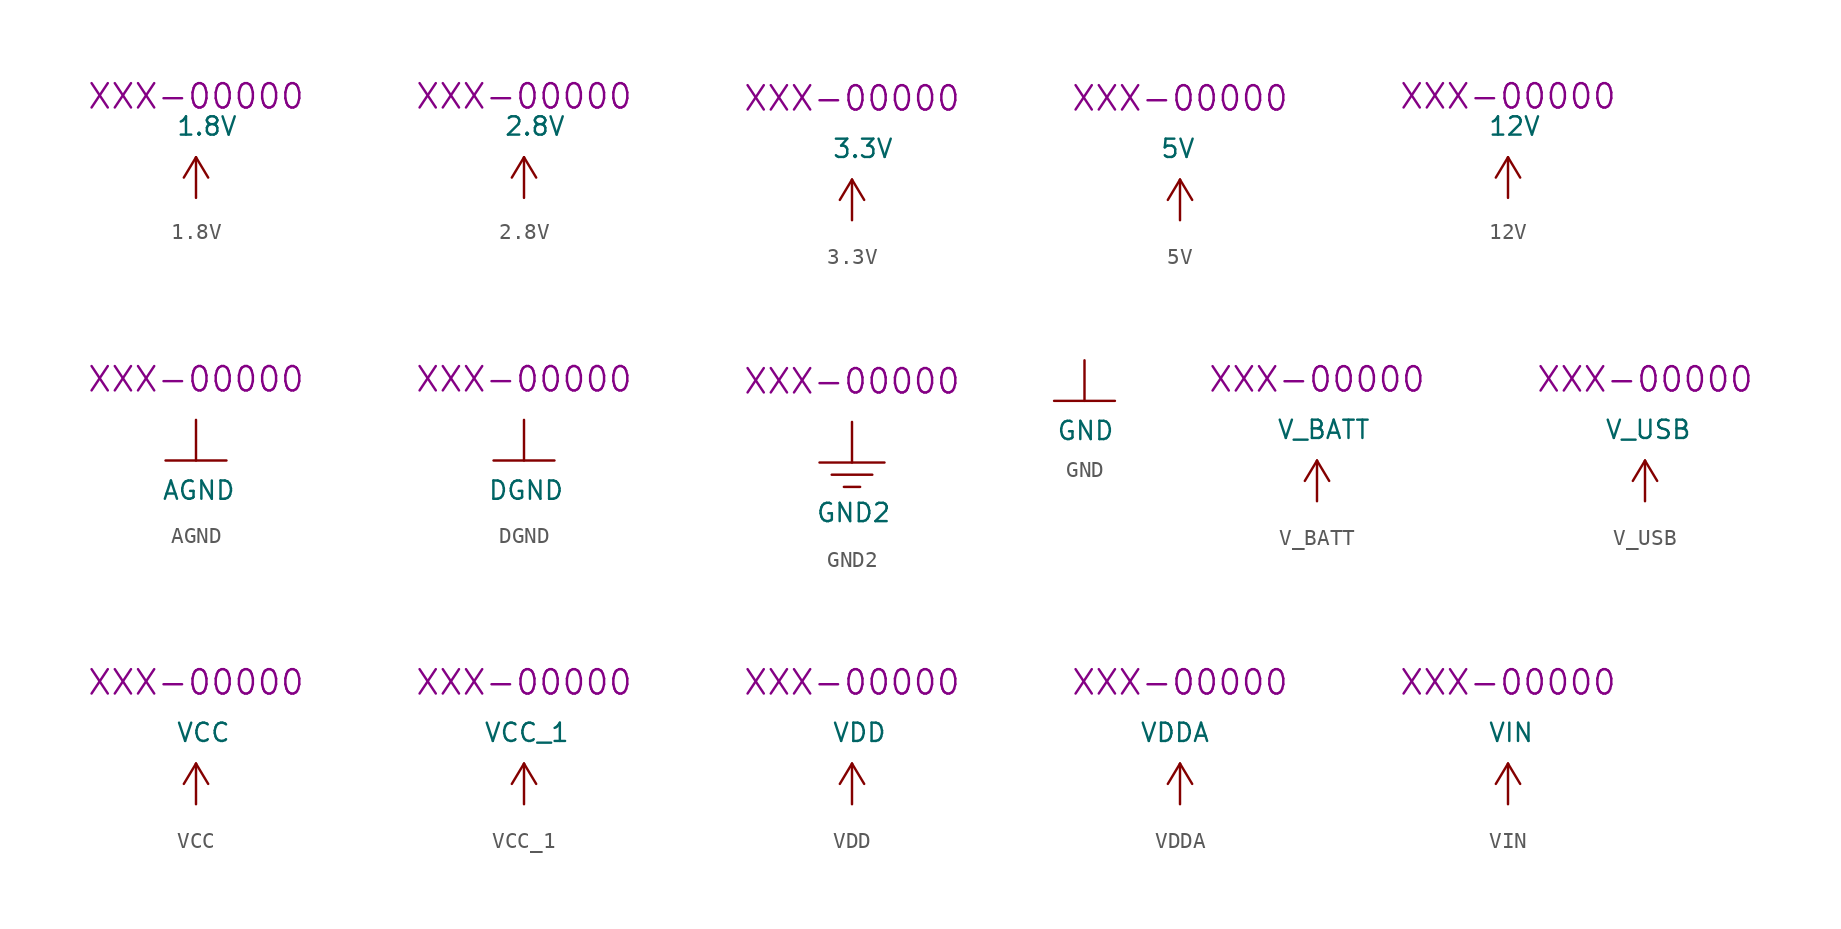
<source format=kicad_sym>
(kicad_symbol_lib
  (version 20220914)
  (generator kicad_symbol_editor)
  (symbol "1.8V"
    (power)
    (pin_numbers hide)
    (pin_names
      (offset 1.016) hide)
    (property "Reference" "#SUPPLY"
      (at 1.27 0 0)
      (effects (font (size 1.143 1.143)) (justify left bottom) hide))
    (property "Value" "1.8V"
      (at -1.27 3.81 0)
      (effects (font (size 1.143 1.143)) (justify left bottom)))
    (property "Footprint" "XXX-00000"
      (at 0 6.35 0)
      (effects (font (size 1.524 1.524))))
    (property "ki_locked" ""
      (at 0 0 0)
      (effects (font (size 1.27 1.27))))
    (symbol "1.8V_1_0"
      (polyline (pts (xy 0 0) (xy 0 2.54)) (stroke (width 0) (type solid)) (fill (type none)))
      (polyline (pts (xy 0 2.54) (xy -0.762 1.27)) (stroke (width 0) (type solid)) (fill (type none)))
      (polyline (pts (xy 0.762 1.27) (xy 0 2.54)) (stroke (width 0) (type solid)) (fill (type none))))
    (symbol "1.8V_1_1"
      (pin power_in line (at 0 0 90) (length 0) hide (name "1.8V" (effects (font (size 1.016 1.016)))) (number "~" (effects (font (size 1.016 1.016)))))))
  (symbol "2.8V"
    (power)
    (pin_numbers hide)
    (pin_names
      (offset 1.016) hide)
    (property "Reference" "#SUPPLY"
      (at 1.27 0 0)
      (effects (font (size 1.143 1.143)) (justify left bottom) hide))
    (property "Value" "2.8V"
      (at -1.27 3.81 0)
      (effects (font (size 1.143 1.143)) (justify left bottom)))
    (property "Footprint" "XXX-00000"
      (at 0 6.35 0)
      (effects (font (size 1.524 1.524))))
    (property "ki_locked" ""
      (at 0 0 0)
      (effects (font (size 1.27 1.27))))
    (symbol "2.8V_1_0"
      (polyline (pts (xy 0 0) (xy 0 2.54)) (stroke (width 0) (type solid)) (fill (type none)))
      (polyline (pts (xy 0 2.54) (xy -0.762 1.27)) (stroke (width 0) (type solid)) (fill (type none)))
      (polyline (pts (xy 0.762 1.27) (xy 0 2.54)) (stroke (width 0) (type solid)) (fill (type none))))
    (symbol "2.8V_1_1"
      (pin power_in line (at 0 0 90) (length 0) hide (name "2.8V" (effects (font (size 1.016 1.016)))) (number "~" (effects (font (size 1.016 1.016)))))))
  (symbol "3.3V"
    (power)
    (pin_numbers hide)
    (pin_names
      (offset 1.016) hide)
    (property "Reference" "#SUPPLY"
      (at 1.27 0 0)
      (effects (font (size 1.143 1.143)) (justify left bottom) hide))
    (property "Value" "3.3V"
      (at -1.27 3.81 0)
      (effects (font (size 1.143 1.143)) (justify left bottom)))
    (property "Footprint" "XXX-00000"
      (at 0 7.62 0)
      (effects (font (size 1.524 1.524))))
    (property "ki_locked" ""
      (at 0 0 0)
      (effects (font (size 1.27 1.27))))
    (symbol "3.3V_1_0"
      (polyline (pts (xy 0 0) (xy 0 2.54)) (stroke (width 0) (type solid)) (fill (type none)))
      (polyline (pts (xy 0 2.54) (xy -0.762 1.27)) (stroke (width 0) (type solid)) (fill (type none)))
      (polyline (pts (xy 0.762 1.27) (xy 0 2.54)) (stroke (width 0) (type solid)) (fill (type none))))
    (symbol "3.3V_1_1"
      (pin power_in line (at 0 0 90) (length 0) hide (name "3.3V" (effects (font (size 1.016 1.016)))) (number "~" (effects (font (size 1.016 1.016)))))))
  (symbol "5V"
    (power)
    (pin_numbers hide)
    (pin_names
      (offset 1.016) hide)
    (property "Reference" "#SUPPLY"
      (at 1.27 0 0)
      (effects (font (size 1.143 1.143)) (justify left bottom) hide))
    (property "Value" "5V"
      (at -1.27 3.81 0)
      (effects (font (size 1.143 1.143)) (justify left bottom)))
    (property "Footprint" "XXX-00000"
      (at 0 7.62 0)
      (effects (font (size 1.524 1.524))))
    (property "ki_locked" ""
      (at 0 0 0)
      (effects (font (size 1.27 1.27))))
    (symbol "5V_1_0"
      (polyline (pts (xy 0 0) (xy 0 2.54)) (stroke (width 0) (type solid)) (fill (type none)))
      (polyline (pts (xy 0 2.54) (xy -0.762 1.27)) (stroke (width 0) (type solid)) (fill (type none)))
      (polyline (pts (xy 0.762 1.27) (xy 0 2.54)) (stroke (width 0) (type solid)) (fill (type none))))
    (symbol "5V_1_1"
      (pin power_in line (at 0 0 90) (length 0) hide (name "5V" (effects (font (size 1.016 1.016)))) (number "~" (effects (font (size 1.016 1.016)))))))
  (symbol "12V"
    (power)
    (pin_numbers hide)
    (pin_names
      (offset 1.016) hide)
    (property "Reference" "#SUPPLY"
      (at 1.27 0 0)
      (effects (font (size 1.143 1.143)) (justify left bottom) hide))
    (property "Value" "12V"
      (at -1.27 3.81 0)
      (effects (font (size 1.143 1.143)) (justify left bottom)))
    (property "Footprint" "XXX-00000"
      (at 0 6.35 0)
      (effects (font (size 1.524 1.524))))
    (property "ki_locked" ""
      (at 0 0 0)
      (effects (font (size 1.27 1.27))))
    (symbol "12V_1_0"
      (polyline (pts (xy 0 0) (xy 0 2.54)) (stroke (width 0) (type solid)) (fill (type none)))
      (polyline (pts (xy 0 2.54) (xy -0.762 1.27)) (stroke (width 0) (type solid)) (fill (type none)))
      (polyline (pts (xy 0.762 1.27) (xy 0 2.54)) (stroke (width 0) (type solid)) (fill (type none))))
    (symbol "12V_1_1"
      (pin power_in line (at 0 0 90) (length 0) hide (name "12V" (effects (font (size 1.016 1.016)))) (number "~" (effects (font (size 1.016 1.016)))))))
  (symbol "AGND"
    (power)
    (pin_numbers hide)
    (pin_names
      (offset 1.016) hide)
    (property "Reference" "#M"
      (at 1.27 -1.27 0)
      (effects (font (size 1.143 1.143)) (justify left bottom) hide))
    (property "Value" "AGND"
      (at -2.159 -5.08 0)
      (effects (font (size 1.143 1.143)) (justify left bottom)))
    (property "Footprint" "XXX-00000"
      (at 0 2.54 0)
      (effects (font (size 1.524 1.524))))
    (property "ki_locked" ""
      (at 0 0 0)
      (effects (font (size 1.27 1.27))))
    (symbol "AGND_1_0"
      (polyline (pts (xy -1.905 -2.54) (xy 1.905 -2.54)) (stroke (width 0) (type solid)) (fill (type none)))
      (polyline (pts (xy 0 0) (xy 0 -2.54)) (stroke (width 0) (type solid)) (fill (type none))))
    (symbol "AGND_1_1"
      (pin power_in line (at 0 0 270) (length 0) hide (name "AGND" (effects (font (size 1.016 1.016)))) (number "~" (effects (font (size 1.016 1.016)))))))
  (symbol "DGND"
    (power)
    (pin_numbers hide)
    (pin_names
      (offset 1.016) hide)
    (property "Reference" "#GND"
      (at 1.27 -1.27 0)
      (effects (font (size 1.143 1.143)) (justify left bottom) hide))
    (property "Value" "DGND"
      (at -2.286 -5.08 0)
      (effects (font (size 1.143 1.143)) (justify left bottom)))
    (property "Footprint" "XXX-00000"
      (at 0 2.54 0)
      (effects (font (size 1.524 1.524))))
    (property "ki_locked" ""
      (at 0 0 0)
      (effects (font (size 1.27 1.27))))
    (symbol "DGND_1_0"
      (polyline (pts (xy -1.905 -2.54) (xy 1.905 -2.54)) (stroke (width 0) (type solid)) (fill (type none)))
      (polyline (pts (xy 0 0) (xy 0 -2.54)) (stroke (width 0) (type solid)) (fill (type none))))
    (symbol "DGND_1_1"
      (pin power_in line (at 0 0 270) (length 0) hide (name "GND" (effects (font (size 1.016 1.016)))) (number "~" (effects (font (size 1.016 1.016)))))))
  (symbol "GND2"
    (power)
    (pin_numbers hide)
    (pin_names
      (offset 1.016) hide)
    (property "Reference" "#GND"
      (at 1.27 -1.27 0)
      (effects (font (size 1.143 1.143)) (justify left bottom) hide))
    (property "Value" "GND2"
      (at -2.286 -6.35 0)
      (effects (font (size 1.143 1.143)) (justify left bottom)))
    (property "Footprint" "XXX-00000"
      (at 0 2.54 0)
      (effects (font (size 1.524 1.524))))
    (property "ki_locked" ""
      (at 0 0 0)
      (effects (font (size 1.27 1.27))))
    (symbol "GND2_1_0"
      (polyline (pts (xy -2.032 -2.54) (xy 2.032 -2.54)) (stroke (width 0) (type solid)) (fill (type none)))
      (polyline (pts (xy -1.27 -3.302) (xy 1.27 -3.302)) (stroke (width 0) (type solid)) (fill (type none)))
      (polyline (pts (xy -0.508 -4.064) (xy 0.508 -4.064)) (stroke (width 0) (type solid)) (fill (type none)))
      (polyline (pts (xy 0 0) (xy 0 -2.54)) (stroke (width 0) (type solid)) (fill (type none))))
    (symbol "GND2_1_1"
      (pin power_in line (at 0 0 270) (length 0) hide (name "3.3V" (effects (font (size 1.016 1.016)))) (number "~" (effects (font (size 1.016 1.016)))))))
  (symbol "GND"
    (power)
    (pin_numbers hide)
    (pin_names
      (offset 1.016) hide)
    (property "Reference" "#GND"
      (at 1.27 -1.27 0)
      (effects (font (size 1.143 1.143)) (justify left bottom) hide))
    (property "Value" "GND"
      (at -1.778 -5.08 0)
      (effects (font (size 1.143 1.143)) (justify left bottom)))
    (property "ki_locked" ""
      (at 0 0 0)
      (effects (font (size 1.27 1.27))))
    (symbol "GND_1_0"
      (polyline (pts (xy -1.905 -2.54) (xy 1.905 -2.54)) (stroke (width 0) (type solid)) (fill (type none)))
      (polyline (pts (xy 0 0) (xy 0 -2.54)) (stroke (width 0) (type solid)) (fill (type none))))
    (symbol "GND_1_1"
      (pin power_in line (at 0 0 270) (length 0) hide (name "GND" (effects (font (size 1.016 1.016)))) (number "~" (effects (font (size 1.016 1.016)))))))
  (symbol "V_BATT"
    (power)
    (pin_numbers hide)
    (pin_names
      (offset 1.016) hide)
    (property "Reference" "#SUPPLY"
      (at 1.27 0 0)
      (effects (font (size 1.143 1.143)) (justify left bottom) hide))
    (property "Value" "V_BATT"
      (at -2.54 3.81 0)
      (effects (font (size 1.143 1.143)) (justify left bottom)))
    (property "Footprint" "XXX-00000"
      (at 0 7.62 0)
      (effects (font (size 1.524 1.524))))
    (property "ki_locked" ""
      (at 0 0 0)
      (effects (font (size 1.27 1.27))))
    (symbol "V_BATT_1_0"
      (polyline (pts (xy 0 0) (xy 0 2.54)) (stroke (width 0) (type solid)) (fill (type none)))
      (polyline (pts (xy 0 2.54) (xy -0.762 1.27)) (stroke (width 0) (type solid)) (fill (type none)))
      (polyline (pts (xy 0.762 1.27) (xy 0 2.54)) (stroke (width 0) (type solid)) (fill (type none))))
    (symbol "V_BATT_1_1"
      (pin power_in line (at 0 0 90) (length 0) hide (name "V_BATT" (effects (font (size 1.016 1.016)))) (number "~" (effects (font (size 1.016 1.016)))))))
  (symbol "V_USB"
    (power)
    (pin_numbers hide)
    (pin_names
      (offset 1.016) hide)
    (property "Reference" "#SUPPLY"
      (at 1.27 0 0)
      (effects (font (size 1.143 1.143)) (justify left bottom) hide))
    (property "Value" "V_USB"
      (at -2.54 3.81 0)
      (effects (font (size 1.143 1.143)) (justify left bottom)))
    (property "Footprint" "XXX-00000"
      (at 0 7.62 0)
      (effects (font (size 1.524 1.524))))
    (property "ki_locked" ""
      (at 0 0 0)
      (effects (font (size 1.27 1.27))))
    (symbol "V_USB_1_0"
      (polyline (pts (xy 0 0) (xy 0 2.54)) (stroke (width 0) (type solid)) (fill (type none)))
      (polyline (pts (xy 0 2.54) (xy -0.762 1.27)) (stroke (width 0) (type solid)) (fill (type none)))
      (polyline (pts (xy 0.762 1.27) (xy 0 2.54)) (stroke (width 0) (type solid)) (fill (type none))))
    (symbol "V_USB_1_1"
      (pin power_in line (at 0 0 90) (length 0) hide (name "V_USB" (effects (font (size 1.016 1.016)))) (number "~" (effects (font (size 1.016 1.016)))))))
  (symbol "VCC"
    (power)
    (pin_numbers hide)
    (pin_names
      (offset 1.016) hide)
    (property "Reference" "#SUPPLY"
      (at 1.27 0 0)
      (effects (font (size 1.143 1.143)) (justify left bottom) hide))
    (property "Value" "VCC"
      (at -1.27 3.81 0)
      (effects (font (size 1.143 1.143)) (justify left bottom)))
    (property "Footprint" "XXX-00000"
      (at 0 7.62 0)
      (effects (font (size 1.524 1.524))))
    (property "ki_locked" ""
      (at 0 0 0)
      (effects (font (size 1.27 1.27))))
    (symbol "VCC_1_0"
      (polyline (pts (xy 0 0) (xy 0 2.54)) (stroke (width 0) (type solid)) (fill (type none)))
      (polyline (pts (xy 0 2.54) (xy -0.762 1.27)) (stroke (width 0) (type solid)) (fill (type none)))
      (polyline (pts (xy 0.762 1.27) (xy 0 2.54)) (stroke (width 0) (type solid)) (fill (type none))))
    (symbol "VCC_1_1"
      (pin power_in line (at 0 0 90) (length 0) hide (name "VCC" (effects (font (size 1.016 1.016)))) (number "~" (effects (font (size 1.016 1.016)))))))
  (symbol "VCC_1"
    (power)
    (pin_numbers hide)
    (pin_names
      (offset 1.016) hide)
    (property "Reference" "#SUPPLY"
      (at 1.27 0 0)
      (effects (font (size 1.143 1.143)) (justify left bottom) hide))
    (property "Value" "VCC_1"
      (at -2.54 3.81 0)
      (effects (font (size 1.143 1.143)) (justify left bottom)))
    (property "Footprint" "XXX-00000"
      (at 0 7.62 0)
      (effects (font (size 1.524 1.524))))
    (property "ki_locked" ""
      (at 0 0 0)
      (effects (font (size 1.27 1.27))))
    (symbol "VCC_1_1_0"
      (polyline (pts (xy 0 0) (xy 0 2.54)) (stroke (width 0) (type solid)) (fill (type none)))
      (polyline (pts (xy 0 2.54) (xy -0.762 1.27)) (stroke (width 0) (type solid)) (fill (type none)))
      (polyline (pts (xy 0.762 1.27) (xy 0 2.54)) (stroke (width 0) (type solid)) (fill (type none))))
    (symbol "VCC_1_1_1"
      (pin power_in line (at 0 0 90) (length 0) hide (name "VCC_1" (effects (font (size 1.016 1.016)))) (number "~" (effects (font (size 1.016 1.016)))))))
  (symbol "VDD"
    (power)
    (pin_numbers hide)
    (pin_names
      (offset 1.016) hide)
    (property "Reference" "#SUPPLY"
      (at 1.27 0 0)
      (effects (font (size 1.143 1.143)) (justify left bottom) hide))
    (property "Value" "VDD"
      (at -1.27 3.81 0)
      (effects (font (size 1.143 1.143)) (justify left bottom)))
    (property "Footprint" "XXX-00000"
      (at 0 7.62 0)
      (effects (font (size 1.524 1.524))))
    (property "ki_locked" ""
      (at 0 0 0)
      (effects (font (size 1.27 1.27))))
    (symbol "VDD_1_0"
      (polyline (pts (xy 0 0) (xy 0 2.54)) (stroke (width 0) (type solid)) (fill (type none)))
      (polyline (pts (xy 0 2.54) (xy -0.762 1.27)) (stroke (width 0) (type solid)) (fill (type none)))
      (polyline (pts (xy 0.762 1.27) (xy 0 2.54)) (stroke (width 0) (type solid)) (fill (type none))))
    (symbol "VDD_1_1"
      (pin power_in line (at 0 0 90) (length 0) hide (name "VDD" (effects (font (size 1.016 1.016)))) (number "~" (effects (font (size 1.016 1.016)))))))
  (symbol "VDDA"
    (power)
    (pin_numbers hide)
    (pin_names
      (offset 1.016) hide)
    (property "Reference" "#M"
      (at 1.27 0 0)
      (effects (font (size 1.143 1.143)) (justify left bottom) hide))
    (property "Value" "VDDA"
      (at -2.54 3.81 0)
      (effects (font (size 1.143 1.143)) (justify left bottom)))
    (property "Footprint" "XXX-00000"
      (at 0 7.62 0)
      (effects (font (size 1.524 1.524))))
    (property "ki_locked" ""
      (at 0 0 0)
      (effects (font (size 1.27 1.27))))
    (symbol "VDDA_1_0"
      (polyline (pts (xy 0 0) (xy 0 2.54)) (stroke (width 0) (type solid)) (fill (type none)))
      (polyline (pts (xy 0 2.54) (xy -0.762 1.27)) (stroke (width 0) (type solid)) (fill (type none)))
      (polyline (pts (xy 0.762 1.27) (xy 0 2.54)) (stroke (width 0) (type solid)) (fill (type none))))
    (symbol "VDDA_1_1"
      (pin power_in line (at 0 0 90) (length 0) hide (name "VDDA" (effects (font (size 1.016 1.016)))) (number "~" (effects (font (size 1.016 1.016)))))))
  (symbol "VIN"
    (power)
    (pin_numbers hide)
    (pin_names
      (offset 1.016) hide)
    (property "Reference" "#SUPPLY"
      (at 1.27 0 0)
      (effects (font (size 1.143 1.143)) (justify left bottom) hide))
    (property "Value" "VIN"
      (at -1.27 3.81 0)
      (effects (font (size 1.143 1.143)) (justify left bottom)))
    (property "Footprint" "XXX-00000"
      (at 0 7.62 0)
      (effects (font (size 1.524 1.524))))
    (property "ki_locked" ""
      (at 0 0 0)
      (effects (font (size 1.27 1.27))))
    (symbol "VIN_1_0"
      (polyline (pts (xy 0 0) (xy 0 2.54)) (stroke (width 0) (type solid)) (fill (type none)))
      (polyline (pts (xy 0 2.54) (xy -0.762 1.27)) (stroke (width 0) (type solid)) (fill (type none)))
      (polyline (pts (xy 0.762 1.27) (xy 0 2.54)) (stroke (width 0) (type solid)) (fill (type none))))
    (symbol "VIN_1_1"
      (pin power_in line (at 0 0 90) (length 0) hide (name "VIN" (effects (font (size 1.016 1.016)))) (number "~" (effects (font (size 1.016 1.016))))))))
</source>
